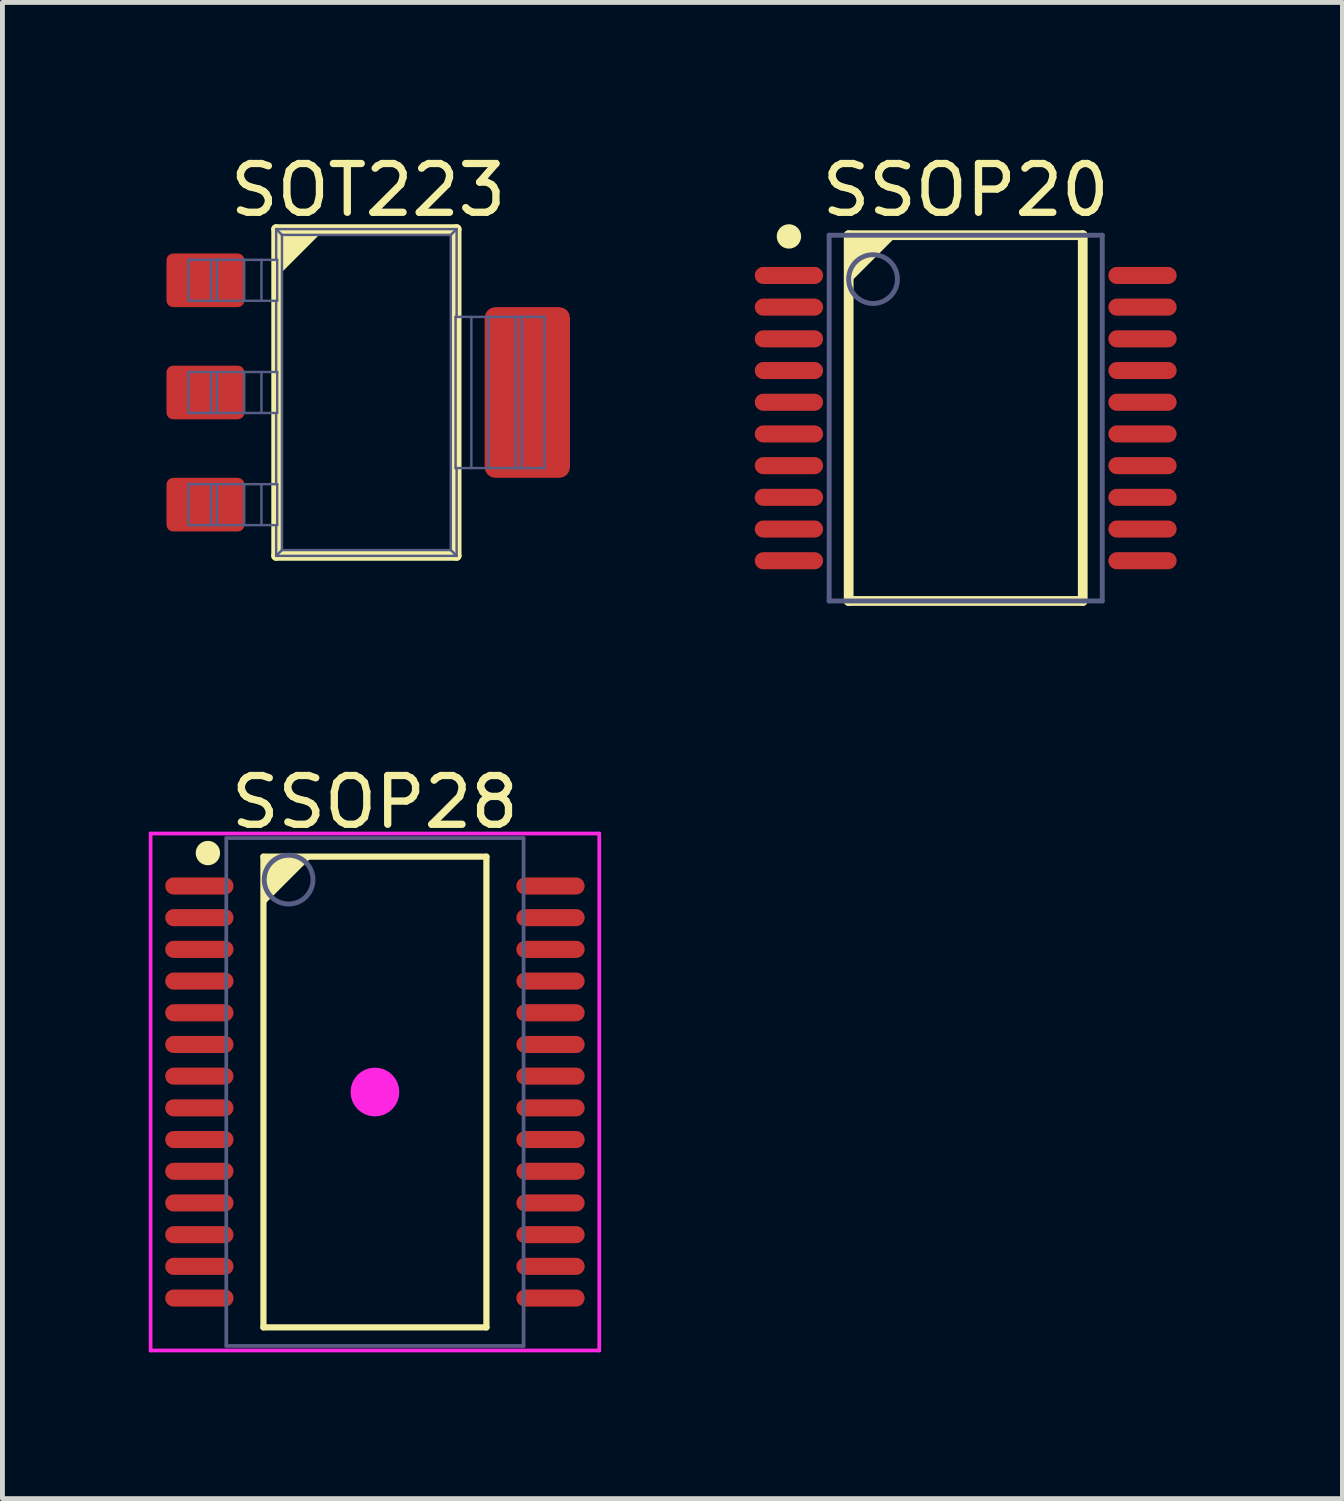
<source format=kicad_pcb>
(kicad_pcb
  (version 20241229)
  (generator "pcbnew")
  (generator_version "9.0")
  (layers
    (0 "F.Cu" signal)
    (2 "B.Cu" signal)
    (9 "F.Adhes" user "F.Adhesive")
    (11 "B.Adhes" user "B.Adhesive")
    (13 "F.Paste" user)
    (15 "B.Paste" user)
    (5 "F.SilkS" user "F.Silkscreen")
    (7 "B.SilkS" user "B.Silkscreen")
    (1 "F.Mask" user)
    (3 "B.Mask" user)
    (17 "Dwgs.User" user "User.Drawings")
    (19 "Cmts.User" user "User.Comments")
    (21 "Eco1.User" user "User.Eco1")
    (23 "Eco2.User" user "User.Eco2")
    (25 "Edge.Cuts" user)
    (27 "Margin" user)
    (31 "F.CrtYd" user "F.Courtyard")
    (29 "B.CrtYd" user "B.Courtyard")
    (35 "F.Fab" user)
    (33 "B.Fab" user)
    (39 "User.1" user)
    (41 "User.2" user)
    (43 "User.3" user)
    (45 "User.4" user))
  (footprint "SSOP20"
    (layer "F.Cu")
    (at 16.752 5.523)
    (property "Reference" "SSOP20" (at 0 -4.675 0) (layer "F.SilkS") (effects (font (size 1 1) (thickness 0.15))))
    (fp_line (start -2.4 -3.75) (end 2.4 -3.75) (stroke (width 0.2) (type solid)) (layer "F.SilkS"))
    (fp_line (start -2.4 3.75) (end -2.4 -3.75) (stroke (width 0.2) (type solid)) (layer "F.SilkS"))
    (fp_line (start -2.4 3.75) (end 2.4 3.75) (stroke (width 0.2) (type solid)) (layer "F.SilkS"))
    (fp_line (start 2.4 3.75) (end 2.4 -3.75) (stroke (width 0.2) (type solid)) (layer "F.SilkS"))
    (fp_circle (center -3.625 -3.725) (end -3.625 -3.85) (stroke (width 0.25) (type solid)) (fill no) (layer "F.SilkS"))
    (fp_poly (pts (xy -2.4 -3.75) (xy -1.4 -3.75) (xy -2.4 -2.75)) (stroke (width 0) (type default)) (fill yes) (layer "F.SilkS"))
    (fp_line (start -4.7 -4) (end 4.7 -4) (stroke (width 0.05) (type solid)) (layer "Eco2.User"))
    (fp_line (start -4.7 4) (end -4.7 -4) (stroke (width 0.05) (type solid)) (layer "Eco2.User"))
    (fp_line (start -4.7 4) (end 4.7 4) (stroke (width 0.05) (type solid)) (layer "Eco2.User"))
    (fp_line (start -0.5 0) (end 0.5 0) (stroke (width 0.1) (type solid)) (layer "Eco2.User"))
    (fp_line (start 0 0.5) (end 0 -0.5) (stroke (width 0.1) (type solid)) (layer "Eco2.User"))
    (fp_line (start 4.7 4) (end 4.7 -4) (stroke (width 0.05) (type solid)) (layer "Eco2.User"))
    (fp_line (start -2.8 -3.75) (end 2.8 -3.75) (stroke (width 0.1) (type solid)) (layer "B.Fab"))
    (fp_line (start -2.8 3.75) (end -2.8 -3.75) (stroke (width 0.1) (type solid)) (layer "B.Fab"))
    (fp_line (start -2.8 3.75) (end 2.8 3.75) (stroke (width 0.1) (type solid)) (layer "B.Fab"))
    (fp_line (start 2.8 3.75) (end 2.8 -3.75) (stroke (width 0.1) (type solid)) (layer "B.Fab"))
    (fp_circle (center -1.9 -2.85) (end -1.9 -3.35) (stroke (width 0.1) (type solid)) (fill no) (layer "B.Fab"))
    (pad "1" smd oval (at -3.625 -2.925 90) (size 0.35 1.4) (layers "F.Cu" "F.Mask" "F.Paste"))
    (pad "2" smd oval (at -3.625 -2.275 90) (size 0.35 1.4) (layers "F.Cu" "F.Mask" "F.Paste"))
    (pad "3" smd oval (at -3.625 -1.625 90) (size 0.35 1.4) (layers "F.Cu" "F.Mask" "F.Paste"))
    (pad "4" smd oval (at -3.625 -0.975 90) (size 0.35 1.4) (layers "F.Cu" "F.Mask" "F.Paste"))
    (pad "5" smd oval (at -3.625 -0.325 90) (size 0.35 1.4) (layers "F.Cu" "F.Mask" "F.Paste"))
    (pad "6" smd oval (at -3.625 0.325 90) (size 0.35 1.4) (layers "F.Cu" "F.Mask" "F.Paste"))
    (pad "7" smd oval (at -3.625 0.975 90) (size 0.35 1.4) (layers "F.Cu" "F.Mask" "F.Paste"))
    (pad "8" smd oval (at -3.625 1.625 90) (size 0.35 1.4) (layers "F.Cu" "F.Mask" "F.Paste"))
    (pad "9" smd oval (at -3.625 2.275 90) (size 0.35 1.4) (layers "F.Cu" "F.Mask" "F.Paste"))
    (pad "10" smd oval (at -3.625 2.925 90) (size 0.35 1.4) (layers "F.Cu" "F.Mask" "F.Paste"))
    (pad "11" smd oval (at 3.625 2.925 90) (size 0.35 1.4) (layers "F.Cu" "F.Mask" "F.Paste"))
    (pad "12" smd oval (at 3.625 2.275 90) (size 0.35 1.4) (layers "F.Cu" "F.Mask" "F.Paste"))
    (pad "13" smd oval (at 3.625 1.625 90) (size 0.35 1.4) (layers "F.Cu" "F.Mask" "F.Paste"))
    (pad "14" smd oval (at 3.625 0.975 90) (size 0.35 1.4) (layers "F.Cu" "F.Mask" "F.Paste"))
    (pad "15" smd oval (at 3.625 0.325 90) (size 0.35 1.4) (layers "F.Cu" "F.Mask" "F.Paste"))
    (pad "16" smd oval (at 3.625 -0.325 90) (size 0.35 1.4) (layers "F.Cu" "F.Mask" "F.Paste"))
    (pad "17" smd oval (at 3.625 -0.975 90) (size 0.35 1.4) (layers "F.Cu" "F.Mask" "F.Paste"))
    (pad "18" smd oval (at 3.625 -1.625 90) (size 0.35 1.4) (layers "F.Cu" "F.Mask" "F.Paste"))
    (pad "19" smd oval (at 3.625 -2.275 90) (size 0.35 1.4) (layers "F.Cu" "F.Mask" "F.Paste"))
    (pad "20" smd oval (at 3.625 -2.925 90) (size 0.35 1.4) (layers "F.Cu" "F.Mask" "F.Paste")))
  (footprint "SOT223"
    (layer "F.Cu")
    (at 4.463 4.998)
    (property "Reference" "SOT223" (at 0.037 -4.15 0) (layer "F.SilkS") (effects (font (size 1 1) (thickness 0.15))))
    (fp_line (start -1.85 -3.35) (end 1.85 -3.35) (stroke (width 0.2) (type solid)) (layer "F.SilkS"))
    (fp_line (start -1.85 3.35) (end -1.85 -3.35) (stroke (width 0.2) (type solid)) (layer "F.SilkS"))
    (fp_line (start -1.85 3.35) (end 1.85 3.35) (stroke (width 0.2) (type solid)) (layer "F.SilkS"))
    (fp_line (start 1.85 3.35) (end 1.85 -3.35) (stroke (width 0.2) (type solid)) (layer "F.SilkS"))
    (fp_poly (pts (xy -1.85 -3.35) (xy -0.85 -3.35) (xy -1.85 -2.35)) (stroke (width 0) (type default)) (fill yes) (layer "F.SilkS"))
    (fp_line (start -4.4 -3.7) (end 4.5 -3.7) (stroke (width 0.127) (type solid)) (layer "Eco2.User"))
    (fp_line (start -4.4 3.7) (end -4.4 -3.7) (stroke (width 0.127) (type solid)) (layer "Eco2.User"))
    (fp_line (start -4.4 3.7) (end 4.5 3.7) (stroke (width 0.127) (type solid)) (layer "Eco2.User"))
    (fp_line (start 4.5 3.7) (end 4.5 -3.7) (stroke (width 0.127) (type solid)) (layer "Eco2.User"))
    (fp_circle (center 0 0) (end 0 -0.25) (stroke (width 0.5) (type solid)) (fill no) (layer "Eco2.User"))
    (fp_line (start -3.65 -2.72) (end -1.829 -2.72) (stroke (width 0.05) (type solid)) (layer "B.Fab"))
    (fp_line (start -3.65 -1.88) (end -3.65 -2.72) (stroke (width 0.05) (type solid)) (layer "B.Fab"))
    (fp_line (start -3.65 -1.88) (end -1.829 -1.88) (stroke (width 0.05) (type solid)) (layer "B.Fab"))
    (fp_line (start -3.65 -0.42) (end -1.829 -0.42) (stroke (width 0.05) (type solid)) (layer "B.Fab"))
    (fp_line (start -3.65 0.42) (end -3.65 -0.42) (stroke (width 0.05) (type solid)) (layer "B.Fab"))
    (fp_line (start -3.65 0.42) (end -1.829 0.42) (stroke (width 0.05) (type solid)) (layer "B.Fab"))
    (fp_line (start -3.65 1.88) (end -1.829 1.88) (stroke (width 0.05) (type solid)) (layer "B.Fab"))
    (fp_line (start -3.65 2.72) (end -3.65 1.88) (stroke (width 0.05) (type solid)) (layer "B.Fab"))
    (fp_line (start -3.65 2.72) (end -1.829 2.72) (stroke (width 0.05) (type solid)) (layer "B.Fab"))
    (fp_line (start -3.186 -1.88) (end -3.186 -2.72) (stroke (width 0.05) (type solid)) (layer "B.Fab"))
    (fp_line (start -3.186 0.42) (end -3.186 -0.42) (stroke (width 0.05) (type solid)) (layer "B.Fab"))
    (fp_line (start -3.186 2.72) (end -3.186 1.88) (stroke (width 0.05) (type solid)) (layer "B.Fab"))
    (fp_line (start -3.062 -1.88) (end -3.062 -2.72) (stroke (width 0.05) (type solid)) (layer "B.Fab"))
    (fp_line (start -3.062 0.42) (end -3.062 -0.42) (stroke (width 0.05) (type solid)) (layer "B.Fab"))
    (fp_line (start -3.062 2.72) (end -3.062 1.88) (stroke (width 0.05) (type solid)) (layer "B.Fab"))
    (fp_line (start -2.506 -1.88) (end -2.506 -2.72) (stroke (width 0.05) (type solid)) (layer "B.Fab"))
    (fp_line (start -2.506 0.42) (end -2.506 -0.42) (stroke (width 0.05) (type solid)) (layer "B.Fab"))
    (fp_line (start -2.506 2.72) (end -2.506 1.88) (stroke (width 0.05) (type solid)) (layer "B.Fab"))
    (fp_line (start -2.152 -1.88) (end -2.152 -2.72) (stroke (width 0.05) (type solid)) (layer "B.Fab"))
    (fp_line (start -2.152 0.42) (end -2.152 -0.42) (stroke (width 0.05) (type solid)) (layer "B.Fab"))
    (fp_line (start -2.152 2.72) (end -2.152 1.88) (stroke (width 0.05) (type solid)) (layer "B.Fab"))
    (fp_line (start -1.85 -3.35) (end -1.731 -3.231) (stroke (width 0.05) (type solid)) (layer "B.Fab"))
    (fp_line (start -1.85 -3.35) (end 1.85 -3.35) (stroke (width 0.05) (type solid)) (layer "B.Fab"))
    (fp_line (start -1.85 -2.72) (end -1.85 -3.35) (stroke (width 0.05) (type solid)) (layer "B.Fab"))
    (fp_line (start -1.85 -0.42) (end -1.85 -1.88) (stroke (width 0.05) (type solid)) (layer "B.Fab"))
    (fp_line (start -1.85 1.88) (end -1.85 0.42) (stroke (width 0.05) (type solid)) (layer "B.Fab"))
    (fp_line (start -1.85 3.35) (end -1.85 2.72) (stroke (width 0.05) (type solid)) (layer "B.Fab"))
    (fp_line (start -1.85 3.35) (end -1.731 3.231) (stroke (width 0.05) (type solid)) (layer "B.Fab"))
    (fp_line (start -1.85 3.35) (end 1.85 3.35) (stroke (width 0.05) (type solid)) (layer "B.Fab"))
    (fp_line (start -1.829 -1.88) (end -1.829 -2.72) (stroke (width 0.05) (type solid)) (layer "B.Fab"))
    (fp_line (start -1.829 0.42) (end -1.829 -0.42) (stroke (width 0.05) (type solid)) (layer "B.Fab"))
    (fp_line (start -1.829 2.72) (end -1.829 1.88) (stroke (width 0.05) (type solid)) (layer "B.Fab"))
    (fp_line (start -1.731 -3.231) (end 1.731 -3.231) (stroke (width 0.05) (type solid)) (layer "B.Fab"))
    (fp_line (start -1.731 3.231) (end -1.731 -3.231) (stroke (width 0.05) (type solid)) (layer "B.Fab"))
    (fp_line (start -1.731 3.231) (end 1.731 3.231) (stroke (width 0.05) (type solid)) (layer "B.Fab"))
    (fp_line (start 1.731 -3.231) (end 1.85 -3.35) (stroke (width 0.05) (type solid)) (layer "B.Fab"))
    (fp_line (start 1.731 3.231) (end 1.731 -3.231) (stroke (width 0.05) (type solid)) (layer "B.Fab"))
    (fp_line (start 1.731 3.231) (end 1.85 3.35) (stroke (width 0.05) (type solid)) (layer "B.Fab"))
    (fp_line (start 1.829 -1.55) (end 3.65 -1.55) (stroke (width 0.05) (type solid)) (layer "B.Fab"))
    (fp_line (start 1.829 1.55) (end 1.829 -1.55) (stroke (width 0.05) (type solid)) (layer "B.Fab"))
    (fp_line (start 1.829 1.55) (end 3.65 1.55) (stroke (width 0.05) (type solid)) (layer "B.Fab"))
    (fp_line (start 1.85 -1.55) (end 1.85 -3.35) (stroke (width 0.05) (type solid)) (layer "B.Fab"))
    (fp_line (start 1.85 3.35) (end 1.85 1.55) (stroke (width 0.05) (type solid)) (layer "B.Fab"))
    (fp_line (start 2.152 1.55) (end 2.152 -1.55) (stroke (width 0.05) (type solid)) (layer "B.Fab"))
    (fp_line (start 2.506 1.55) (end 2.506 -1.55) (stroke (width 0.05) (type solid)) (layer "B.Fab"))
    (fp_line (start 3.062 1.55) (end 3.062 -1.55) (stroke (width 0.05) (type solid)) (layer "B.Fab"))
    (fp_line (start 3.186 1.55) (end 3.186 -1.55) (stroke (width 0.05) (type solid)) (layer "B.Fab"))
    (fp_line (start 3.65 1.55) (end 3.65 -1.55) (stroke (width 0.05) (type solid)) (layer "B.Fab"))
    (pad "1" smd roundrect (at -3.3 -2.3 270) (size 1.1 1.6) (layers "F.Cu" "F.Mask" "F.Paste") (roundrect_rratio 0.125))
    (pad "2" smd roundrect (at -3.3 0.00001 270) (size 1.1 1.6) (layers "F.Cu" "F.Mask" "F.Paste") (roundrect_rratio 0.125))
    (pad "2" smd roundrect (at 3.3 0.00001 270) (size 3.5 1.75) (layers "F.Cu" "F.Mask" "F.Paste") (roundrect_rratio 0.125))
    (pad "3" smd roundrect (at -3.3 2.3 270) (size 1.1 1.6) (layers "F.Cu" "F.Mask" "F.Paste") (roundrect_rratio 0.125)))
  (footprint "SSOP28"
    (layer "F.Cu")
    (at 4.638 19.342)
    (property "Reference" "SSOP28" (at 0 -5.945 0) (layer "F.SilkS") (effects (font (size 1 1) (thickness 0.15))))
    (fp_line (start -2.286 -4.826) (end 2.286 -4.826) (stroke (width 0.127) (type solid)) (layer "F.SilkS"))
    (fp_line (start -2.286 4.826) (end -2.286 -4.826) (stroke (width 0.127) (type solid)) (layer "F.SilkS"))
    (fp_line (start -2.286 4.826) (end 2.286 4.826) (stroke (width 0.127) (type solid)) (layer "F.SilkS"))
    (fp_line (start 2.286 4.826) (end 2.286 -4.826) (stroke (width 0.127) (type solid)) (layer "F.SilkS"))
    (fp_circle (center -3.425 -4.9) (end -3.425 -5.025) (stroke (width 0.25) (type solid)) (fill no) (layer "F.SilkS"))
    (fp_poly (pts (xy -2.286 -4.826) (xy -1.286 -4.826) (xy -2.286 -3.826)) (stroke (width 0) (type default)) (fill yes) (layer "F.SilkS"))
    (fp_line (start -4.6 -5.3) (end 4.6 -5.3) (stroke (width 0.076) (type solid)) (layer "F.CrtYd"))
    (fp_line (start -4.6 5.3) (end -4.6 -5.3) (stroke (width 0.076) (type solid)) (layer "F.CrtYd"))
    (fp_line (start -4.6 5.3) (end 4.6 5.3) (stroke (width 0.076) (type solid)) (layer "F.CrtYd"))
    (fp_line (start 4.6 5.3) (end 4.6 -5.3) (stroke (width 0.076) (type solid)) (layer "F.CrtYd"))
    (fp_circle (center 0 0) (end 0 -0.25) (stroke (width 0.5) (type solid)) (fill no) (layer "F.CrtYd"))
    (fp_line (start -3.048 -5.207) (end 3.048 -5.207) (stroke (width 0.076) (type solid)) (layer "B.Fab"))
    (fp_line (start -3.048 5.207) (end -3.048 -5.207) (stroke (width 0.076) (type solid)) (layer "B.Fab"))
    (fp_line (start -3.048 5.207) (end 3.048 5.207) (stroke (width 0.076) (type solid)) (layer "B.Fab"))
    (fp_line (start 3.048 5.207) (end 3.048 -5.207) (stroke (width 0.076) (type solid)) (layer "B.Fab"))
    (fp_circle (center -1.77 -4.355) (end -1.77 -4.855) (stroke (width 0.1) (type solid)) (fill no) (layer "B.Fab"))
    (pad "1" smd oval (at -3.6 -4.225 90) (size 0.35 1.4) (layers "F.Cu" "F.Mask" "F.Paste"))
    (pad "2" smd oval (at -3.6 -3.575 90) (size 0.35 1.4) (layers "F.Cu" "F.Mask" "F.Paste"))
    (pad "3" smd oval (at -3.6 -2.925 90) (size 0.35 1.4) (layers "F.Cu" "F.Mask" "F.Paste"))
    (pad "4" smd oval (at -3.6 -2.275 90) (size 0.35 1.4) (layers "F.Cu" "F.Mask" "F.Paste"))
    (pad "5" smd oval (at -3.6 -1.625 90) (size 0.35 1.4) (layers "F.Cu" "F.Mask" "F.Paste"))
    (pad "6" smd oval (at -3.6 -0.975 90) (size 0.35 1.4) (layers "F.Cu" "F.Mask" "F.Paste"))
    (pad "7" smd oval (at -3.6 -0.325 90) (size 0.35 1.4) (layers "F.Cu" "F.Mask" "F.Paste"))
    (pad "8" smd oval (at -3.6 0.325 90) (size 0.35 1.4) (layers "F.Cu" "F.Mask" "F.Paste"))
    (pad "9" smd oval (at -3.6 0.975 90) (size 0.35 1.4) (layers "F.Cu" "F.Mask" "F.Paste"))
    (pad "10" smd oval (at -3.6 1.625 90) (size 0.35 1.4) (layers "F.Cu" "F.Mask" "F.Paste"))
    (pad "11" smd oval (at -3.6 2.275 90) (size 0.35 1.4) (layers "F.Cu" "F.Mask" "F.Paste"))
    (pad "12" smd oval (at -3.6 2.925 90) (size 0.35 1.4) (layers "F.Cu" "F.Mask" "F.Paste"))
    (pad "13" smd oval (at -3.6 3.575 90) (size 0.35 1.4) (layers "F.Cu" "F.Mask" "F.Paste"))
    (pad "14" smd oval (at -3.6 4.225 90) (size 0.35 1.4) (layers "F.Cu" "F.Mask" "F.Paste"))
    (pad "15" smd oval (at 3.6 4.225 90) (size 0.35 1.4) (layers "F.Cu" "F.Mask" "F.Paste"))
    (pad "16" smd oval (at 3.6 3.575 90) (size 0.35 1.4) (layers "F.Cu" "F.Mask" "F.Paste"))
    (pad "17" smd oval (at 3.6 2.925 90) (size 0.35 1.4) (layers "F.Cu" "F.Mask" "F.Paste"))
    (pad "18" smd oval (at 3.6 2.275 90) (size 0.35 1.4) (layers "F.Cu" "F.Mask" "F.Paste"))
    (pad "19" smd oval (at 3.6 1.625 90) (size 0.35 1.4) (layers "F.Cu" "F.Mask" "F.Paste"))
    (pad "20" smd oval (at 3.6 0.975 90) (size 0.35 1.4) (layers "F.Cu" "F.Mask" "F.Paste"))
    (pad "21" smd oval (at 3.6 0.325 90) (size 0.35 1.4) (layers "F.Cu" "F.Mask" "F.Paste"))
    (pad "22" smd oval (at 3.6 -0.325 90) (size 0.35 1.4) (layers "F.Cu" "F.Mask" "F.Paste"))
    (pad "23" smd oval (at 3.6 -0.975 90) (size 0.35 1.4) (layers "F.Cu" "F.Mask" "F.Paste"))
    (pad "24" smd oval (at 3.6 -1.625 90) (size 0.35 1.4) (layers "F.Cu" "F.Mask" "F.Paste"))
    (pad "25" smd oval (at 3.6 -2.275 90) (size 0.35 1.4) (layers "F.Cu" "F.Mask" "F.Paste"))
    (pad "26" smd oval (at 3.6 -2.925 90) (size 0.35 1.4) (layers "F.Cu" "F.Mask" "F.Paste"))
    (pad "27" smd oval (at 3.6 -3.575 90) (size 0.35 1.4) (layers "F.Cu" "F.Mask" "F.Paste"))
    (pad "28" smd oval (at 3.6 -4.225 90) (size 0.35 1.4) (layers "F.Cu" "F.Mask" "F.Paste")))
  (gr_rect
    (start -3 -3)
    (end 24.477 27.68)
    (stroke (width 0.1) (type default))
    (fill no)
    (layer "Edge.Cuts")))
</source>
